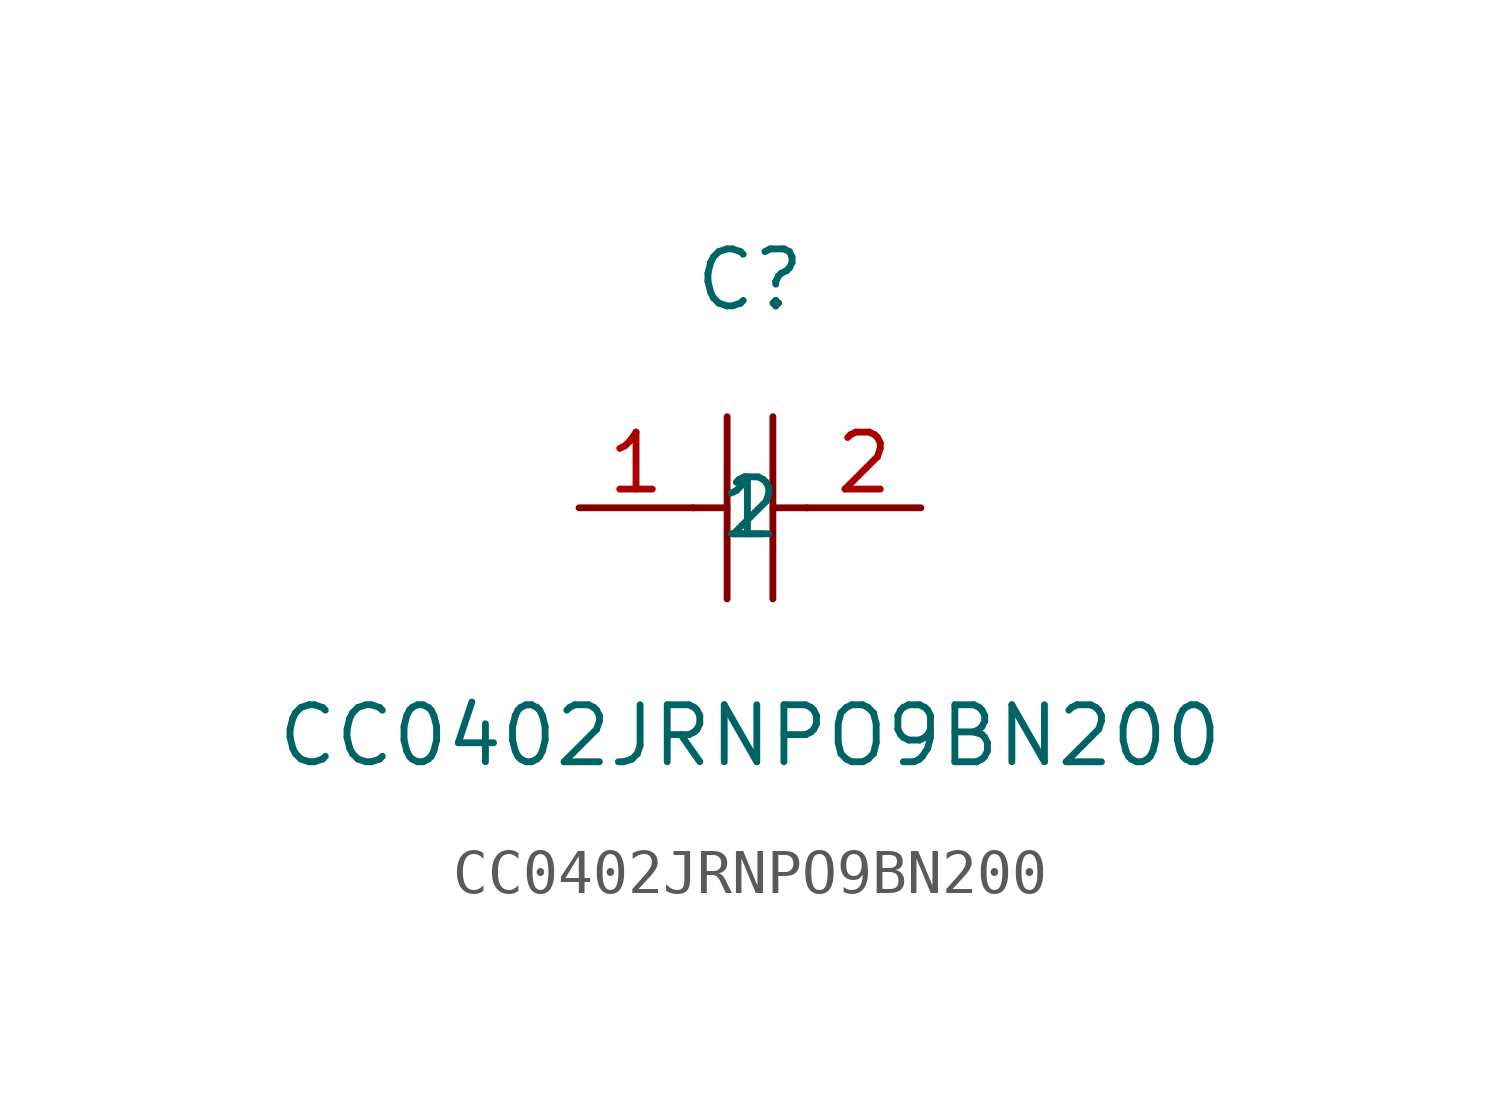
<source format=kicad_sym>
(kicad_symbol_lib
  (version 1)
  (generator "faebryk")
  (symbol "CC0402JRNPO9BN200"
    (property "Reference" "C"
      (at 0 5.08 0)
      (effects (font (size 1.27 1.27)) (hide no)))
    (property "Value" "CC0402JRNPO9BN200"
      (at 0 -5.08 0)
      (effects (font (size 1.27 1.27)) (hide no)))
    (symbol "CC0402JRNPO9BN200_0_1"
      (polyline (stroke (width 0) (type default) (color 0 0 0 0)) (fill (type none)) (pts (xy -0.51 2.03) (xy -0.51 -2.03)))
      (polyline (stroke (width 0) (type default) (color 0 0 0 0)) (fill (type none)) (pts (xy 0.51 2.03) (xy 0.51 -2.03)))
      (polyline (stroke (width 0) (type default) (color 0 0 0 0)) (fill (type none)) (pts (xy -1.27 0) (xy -0.51 0)))
      (polyline (stroke (width 0) (type default) (color 0 0 0 0)) (fill (type none)) (pts (xy 0.51 0) (xy 1.27 0)))
      (pin input line (at -3.81 0 0) (length 2.54) (name "1" (effects (font (size 1.27 1.27)) (hide no))) (number "1" (effects (font (size 1.27 1.27)) (hide no))))
      (pin input line (at 3.81 0 180) (length 2.54) (name "2" (effects (font (size 1.27 1.27)) (hide no))) (number "2" (effects (font (size 1.27 1.27)) (hide no)))))))
</source>
